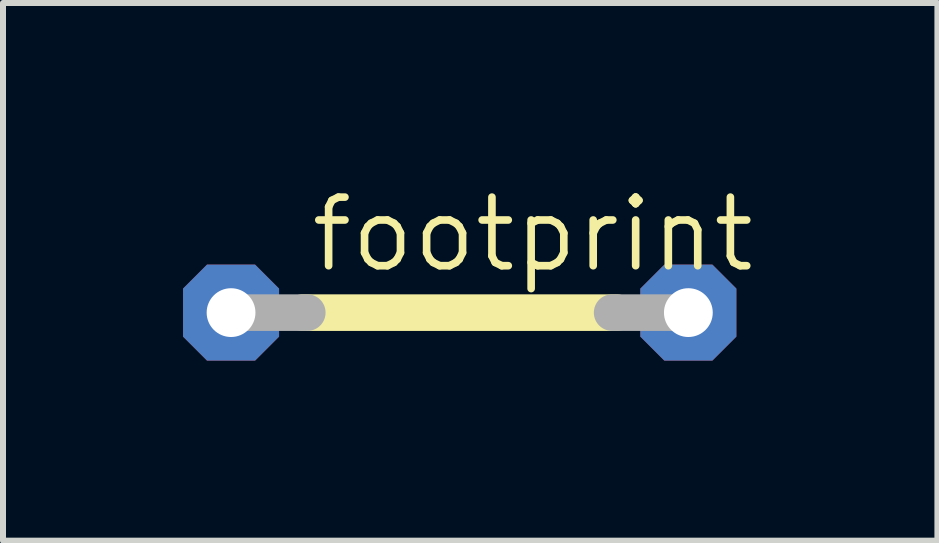
<source format=kicad_pcb>
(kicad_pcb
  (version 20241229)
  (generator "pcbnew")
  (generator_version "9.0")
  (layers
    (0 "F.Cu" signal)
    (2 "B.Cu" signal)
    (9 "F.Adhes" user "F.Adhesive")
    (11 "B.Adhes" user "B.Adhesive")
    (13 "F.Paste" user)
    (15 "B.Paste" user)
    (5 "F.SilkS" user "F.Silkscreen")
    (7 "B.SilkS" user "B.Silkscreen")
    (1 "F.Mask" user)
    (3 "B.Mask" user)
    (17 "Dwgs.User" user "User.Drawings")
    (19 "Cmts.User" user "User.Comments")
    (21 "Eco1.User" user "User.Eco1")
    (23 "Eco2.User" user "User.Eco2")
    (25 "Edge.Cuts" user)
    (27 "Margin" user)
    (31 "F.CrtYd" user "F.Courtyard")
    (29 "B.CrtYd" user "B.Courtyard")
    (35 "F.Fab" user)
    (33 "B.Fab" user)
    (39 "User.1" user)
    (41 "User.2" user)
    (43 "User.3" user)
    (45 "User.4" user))
  (footprint "footprint"
    (layer "F.Cu")
    (at 4.61 2.159)
    (property "Reference" "footprint" (at -2.54 -0.635 0) (layer "F.SilkS") (effects (font (size 1.143 1.143) (thickness 0.127)) (justify left bottom)))
    (fp_line (start -2.616 0) (end 2.616 0) (stroke (width 0.61) (type solid)) (layer "F.SilkS"))
    (fp_line (start -3.81 0) (end -2.54 0) (stroke (width 0.61) (type solid)) (layer "F.Fab"))
    (fp_line (start 3.81 0) (end 2.54 0) (stroke (width 0.61) (type solid)) (layer "F.Fab"))
    (pad "1" thru_hole roundrect (at -3.81 0) (size 1.6 1.6) (drill 0.813) (layers "*.Cu" "*.Mask") (roundrect_rratio 0.25) (chamfer_ratio 0.25) (chamfer top_left top_right bottom_left bottom_right))
    (pad "2" thru_hole roundrect (at 3.81 0) (size 1.6 1.6) (drill 0.813) (layers "*.Cu" "*.Mask") (roundrect_rratio 0.25) (chamfer_ratio 0.25) (chamfer top_left top_right bottom_left bottom_right)))
  (gr_rect
    (start -3 -3)
    (end 12.57 5.959)
    (stroke (width 0.1) (type default))
    (fill no)
    (layer "Edge.Cuts")))
</source>
